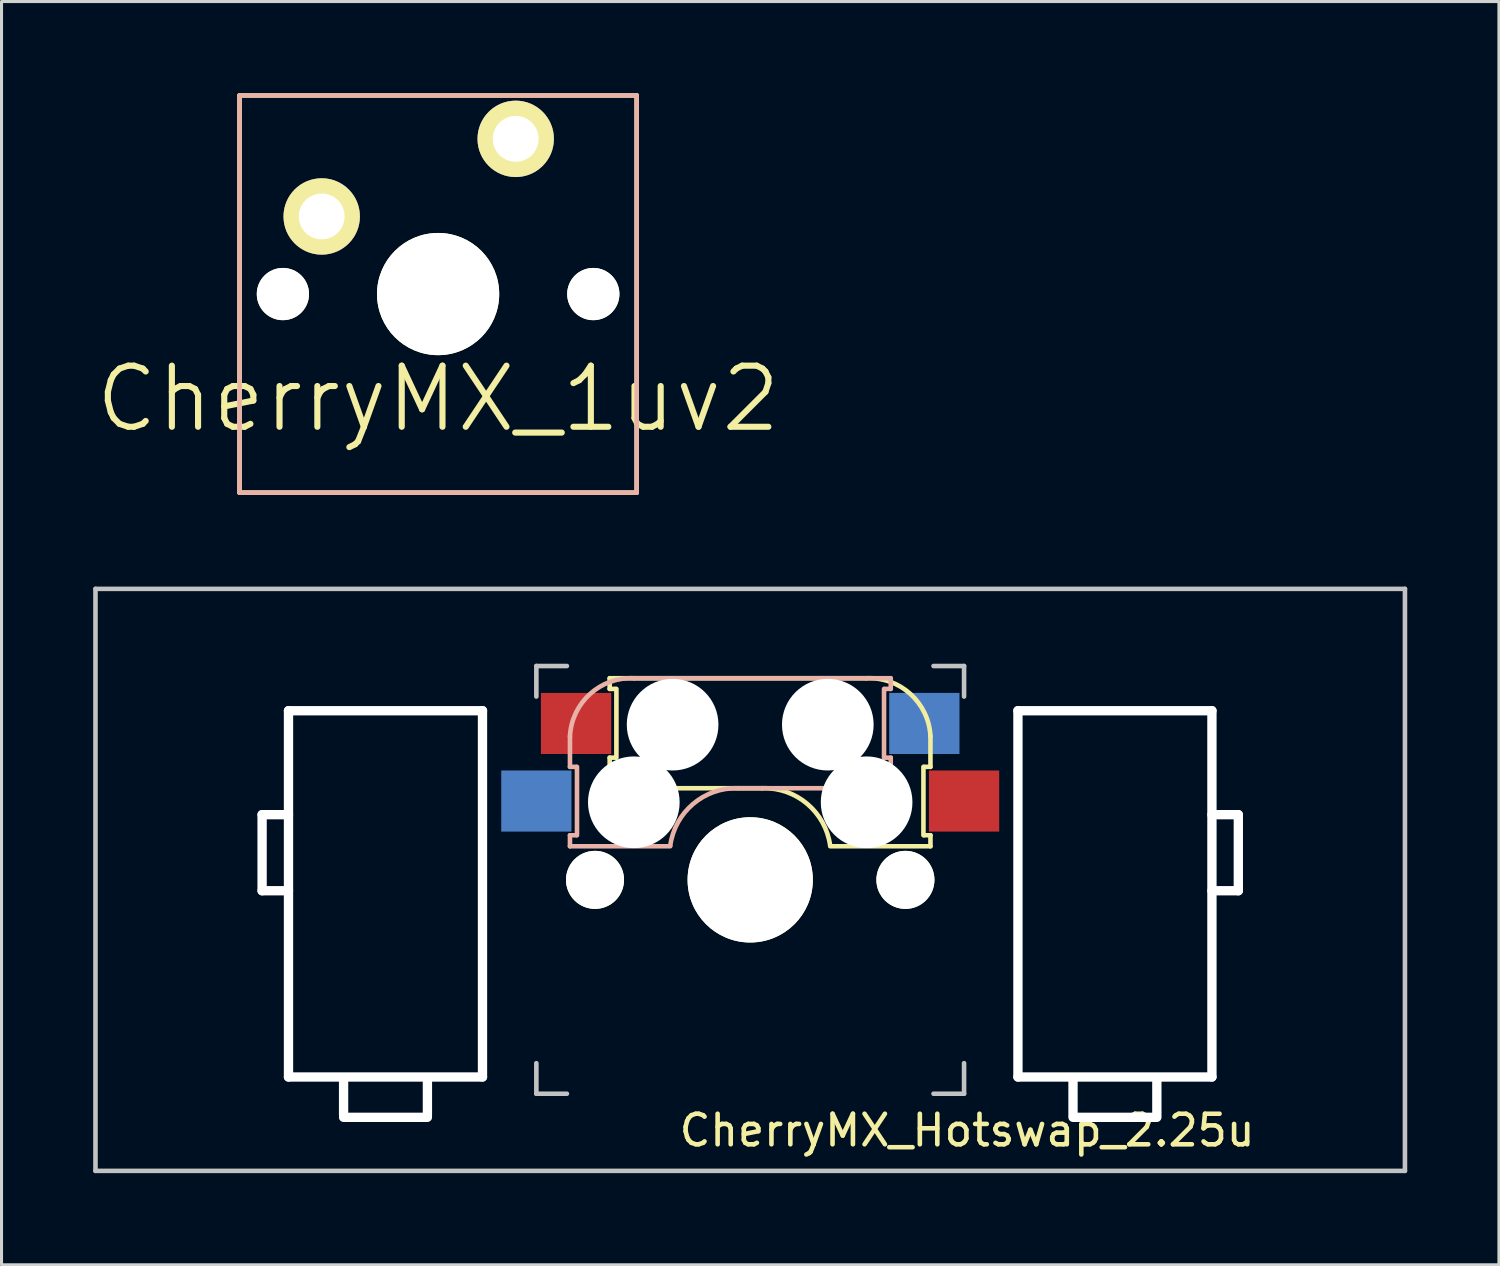
<source format=kicad_pcb>
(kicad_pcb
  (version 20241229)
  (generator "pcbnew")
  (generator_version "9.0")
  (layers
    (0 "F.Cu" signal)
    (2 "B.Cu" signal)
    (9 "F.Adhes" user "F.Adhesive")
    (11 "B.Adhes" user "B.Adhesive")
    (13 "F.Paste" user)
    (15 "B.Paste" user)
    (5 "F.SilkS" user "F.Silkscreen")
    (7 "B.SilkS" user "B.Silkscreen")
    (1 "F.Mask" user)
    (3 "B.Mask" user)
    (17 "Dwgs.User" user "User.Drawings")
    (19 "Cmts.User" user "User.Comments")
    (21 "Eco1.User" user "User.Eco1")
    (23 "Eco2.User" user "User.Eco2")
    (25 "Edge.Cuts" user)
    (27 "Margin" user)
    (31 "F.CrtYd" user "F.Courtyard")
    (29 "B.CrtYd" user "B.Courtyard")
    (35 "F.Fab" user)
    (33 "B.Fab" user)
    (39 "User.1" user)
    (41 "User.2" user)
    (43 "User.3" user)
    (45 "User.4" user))
  (footprint "CherryMX_Hotswap_2.25u"
    (layer "F.Cu")
    (at 21.506 25.75)
    (property "Reference" "CherryMX_Hotswap_2.25u" (at 7.1 8.2 0) (layer "F.SilkS") (effects (font (size 1 1) (thickness 0.15))))
    (attr through_hole)
    (fp_line (start -4.6 -6.6) (end 3.8 -6.6) (stroke (width 0.15) (type solid)) (layer "F.SilkS"))
    (fp_line (start -4.6 -6.25) (end -4.6 -6.6) (stroke (width 0.15) (type solid)) (layer "F.SilkS"))
    (fp_line (start -4.6 -4) (end -4.4 -4) (stroke (width 0.15) (type solid)) (layer "F.SilkS"))
    (fp_line (start -4.6 -3) (end -4.6 -4) (stroke (width 0.15) (type solid)) (layer "F.SilkS"))
    (fp_line (start -4.4 -6.25) (end -4.6 -6.25) (stroke (width 0.15) (type solid)) (layer "F.SilkS"))
    (fp_line (start -4.38 -4) (end -4.38 -6.25) (stroke (width 0.15) (type solid)) (layer "F.SilkS"))
    (fp_line (start 0.4 -3) (end -4.6 -3) (stroke (width 0.15) (type solid)) (layer "F.SilkS"))
    (fp_line (start 5.67 -3.7) (end 5.67 -1.46) (stroke (width 0.15) (type solid)) (layer "F.SilkS"))
    (fp_line (start 5.7 -1.46) (end 5.9 -1.46) (stroke (width 0.15) (type solid)) (layer "F.SilkS"))
    (fp_line (start 5.9 -4.7) (end 5.9 -3.7) (stroke (width 0.15) (type solid)) (layer "F.SilkS"))
    (fp_line (start 5.9 -3.7) (end 5.7 -3.7) (stroke (width 0.15) (type solid)) (layer "F.SilkS"))
    (fp_line (start 5.9 -1.1) (end 2.62 -1.1) (stroke (width 0.15) (type solid)) (layer "F.SilkS"))
    (fp_line (start 5.9 -1.1) (end 5.9 -1.46) (stroke (width 0.15) (type solid)) (layer "F.SilkS"))
    (fp_arc (start 0.4 -3) (mid 1.868709 -2.486118) (end 2.616318 -1.121471) (stroke (width 0.15) (type solid)) (layer "F.SilkS"))
    (fp_arc (start 3.8 -6.600001) (mid 5.243504 -6.084925) (end 5.900001 -4.7) (stroke (width 0.15) (type solid)) (layer "F.SilkS"))
    (fp_line (start -5.9 -4.7) (end -5.9 -3.7) (stroke (width 0.15) (type solid)) (layer "B.SilkS"))
    (fp_line (start -5.9 -3.7) (end -5.7 -3.7) (stroke (width 0.15) (type solid)) (layer "B.SilkS"))
    (fp_line (start -5.9 -1.1) (end -5.9 -1.46) (stroke (width 0.15) (type solid)) (layer "B.SilkS"))
    (fp_line (start -5.9 -1.1) (end -2.62 -1.1) (stroke (width 0.15) (type solid)) (layer "B.SilkS"))
    (fp_line (start -5.7 -1.46) (end -5.9 -1.46) (stroke (width 0.15) (type solid)) (layer "B.SilkS"))
    (fp_line (start -5.67 -3.7) (end -5.67 -1.46) (stroke (width 0.15) (type solid)) (layer "B.SilkS"))
    (fp_line (start -0.4 -3) (end 4.6 -3) (stroke (width 0.15) (type solid)) (layer "B.SilkS"))
    (fp_line (start 4.38 -4) (end 4.38 -6.25) (stroke (width 0.15) (type solid)) (layer "B.SilkS"))
    (fp_line (start 4.4 -6.25) (end 4.6 -6.25) (stroke (width 0.15) (type solid)) (layer "B.SilkS"))
    (fp_line (start 4.6 -6.6) (end -3.8 -6.6) (stroke (width 0.15) (type solid)) (layer "B.SilkS"))
    (fp_line (start 4.6 -6.25) (end 4.6 -6.6) (stroke (width 0.15) (type solid)) (layer "B.SilkS"))
    (fp_line (start 4.6 -4) (end 4.4 -4) (stroke (width 0.15) (type solid)) (layer "B.SilkS"))
    (fp_line (start 4.6 -3) (end 4.6 -4) (stroke (width 0.15) (type solid)) (layer "B.SilkS"))
    (fp_arc (start -5.9 -4.699999) (mid -5.243504 -6.084924) (end -3.800001 -6.6) (stroke (width 0.15) (type solid)) (layer "B.SilkS"))
    (fp_arc (start -2.616318 -1.121471) (mid -1.868709 -2.486118) (end -0.4 -3) (stroke (width 0.15) (type solid)) (layer "B.SilkS"))
    (fp_line (start -21.431 -9.525) (end 21.431 -9.525) (stroke (width 0.15) (type solid)) (layer "Dwgs.User"))
    (fp_line (start -21.431 9.525) (end -21.431 -9.525) (stroke (width 0.15) (type solid)) (layer "Dwgs.User"))
    (fp_line (start -7 -7) (end -6 -7) (stroke (width 0.15) (type solid)) (layer "Dwgs.User"))
    (fp_line (start -7 -6) (end -7 -7) (stroke (width 0.15) (type solid)) (layer "Dwgs.User"))
    (fp_line (start -7 6) (end -7 7) (stroke (width 0.15) (type solid)) (layer "Dwgs.User"))
    (fp_line (start -7 7) (end -6 7) (stroke (width 0.15) (type solid)) (layer "Dwgs.User"))
    (fp_line (start 6 7) (end 7 7) (stroke (width 0.15) (type solid)) (layer "Dwgs.User"))
    (fp_line (start 7 -7) (end 6 -7) (stroke (width 0.15) (type solid)) (layer "Dwgs.User"))
    (fp_line (start 7 -7) (end 7 -6) (stroke (width 0.15) (type solid)) (layer "Dwgs.User"))
    (fp_line (start 7 7) (end 7 6) (stroke (width 0.15) (type solid)) (layer "Dwgs.User"))
    (fp_line (start 21.431 -9.525) (end 21.431 9.525) (stroke (width 0.15) (type solid)) (layer "Dwgs.User"))
    (fp_line (start 21.431 9.525) (end -21.431 9.525) (stroke (width 0.15) (type solid)) (layer "Dwgs.User"))
    (pad "" np_thru_hole oval (at -15.977 -0.889) (size 0.305 2.794) (drill oval 0.305 2.794) (layers "*.Cu" "*.Mask"))
    (pad "" np_thru_hole oval (at -15.545 -2.134) (size 1.168 0.305) (drill oval 1.168 0.305) (layers "*.Cu" "*.Mask"))
    (pad "" np_thru_hole oval (at -15.545 0.356) (size 1.168 0.305) (drill oval 1.168 0.305) (layers "*.Cu" "*.Mask"))
    (pad "" np_thru_hole oval (at -15.113 0.457) (size 0.305 12.294) (drill oval 0.305 12.294) (layers "*.Cu" "*.Mask"))
    (pad "" np_thru_hole oval (at -13.31 7.112) (size 0.305 1.473) (drill oval 0.305 1.473) (layers "*.Cu" "*.Mask"))
    (pad "" np_thru_hole oval (at -11.938 -5.537) (size 6.655 0.305) (drill oval 6.655 0.305) (layers "*.Cu" "*.Mask"))
    (pad "" np_thru_hole oval (at -11.938 6.452) (size 6.655 0.305) (drill oval 6.655 0.305) (layers "*.Cu" "*.Mask"))
    (pad "" np_thru_hole oval (at -11.938 7.772) (size 3.048 0.305) (drill oval 3.048 0.305) (layers "*.Cu" "*.Mask"))
    (pad "" np_thru_hole oval (at -10.566 7.112) (size 0.305 1.473) (drill oval 0.305 1.473) (layers "*.Cu" "*.Mask"))
    (pad "" np_thru_hole oval (at -8.763 0.457) (size 0.305 12.294) (drill oval 0.305 12.294) (layers "*.Cu" "*.Mask"))
    (pad "" np_thru_hole circle (at -5.08 0) (size 1.9 1.9) (drill 1.9) (layers "*.Cu" "*.Mask" "F.SilkS"))
    (pad "" np_thru_hole circle (at -3.81 -2.54 180) (size 3 3) (drill 3) (layers "*.Cu" "*.Mask"))
    (pad "" np_thru_hole circle (at -2.54 -5.08 180) (size 3 3) (drill 3) (layers "*.Cu" "*.Mask"))
    (pad "" np_thru_hole circle (at 0 0 90) (size 4.1 4.1) (drill 4.1) (layers "*.Cu" "*.Mask" "F.SilkS"))
    (pad "" np_thru_hole circle (at 2.54 -5.08 180) (size 3 3) (drill 3) (layers "*.Cu" "*.Mask"))
    (pad "" np_thru_hole circle (at 3.81 -2.54 180) (size 3 3) (drill 3) (layers "*.Cu" "*.Mask"))
    (pad "" np_thru_hole circle (at 5.08 0) (size 1.9 1.9) (drill 1.9) (layers "*.Cu" "*.Mask" "F.SilkS"))
    (pad "" np_thru_hole oval (at 8.763 0.457) (size 0.305 12.294) (drill oval 0.305 12.294) (layers "*.Cu" "*.Mask"))
    (pad "" np_thru_hole oval (at 10.566 7.112) (size 0.305 1.473) (drill oval 0.305 1.473) (layers "*.Cu" "*.Mask"))
    (pad "" np_thru_hole oval (at 11.938 -5.537) (size 6.655 0.305) (drill oval 6.655 0.305) (layers "*.Cu" "*.Mask"))
    (pad "" np_thru_hole oval (at 11.938 6.452) (size 6.655 0.305) (drill oval 6.655 0.305) (layers "*.Cu" "*.Mask"))
    (pad "" np_thru_hole oval (at 11.938 7.772) (size 3.048 0.305) (drill oval 3.048 0.305) (layers "*.Cu" "*.Mask"))
    (pad "" np_thru_hole oval (at 13.31 7.112) (size 0.305 1.473) (drill oval 0.305 1.473) (layers "*.Cu" "*.Mask"))
    (pad "" np_thru_hole oval (at 15.113 0.457) (size 0.305 12.294) (drill oval 0.305 12.294) (layers "*.Cu" "*.Mask"))
    (pad "" np_thru_hole oval (at 15.545 -2.134) (size 1.168 0.305) (drill oval 1.168 0.305) (layers "*.Cu" "*.Mask"))
    (pad "" np_thru_hole oval (at 15.545 0.356) (size 1.168 0.305) (drill oval 1.168 0.305) (layers "*.Cu" "*.Mask"))
    (pad "" np_thru_hole oval (at 15.977 -0.889) (size 0.305 2.794) (drill oval 0.305 2.794) (layers "*.Cu" "*.Mask"))
    (pad "1" smd rect (at -7 -2.58 180) (size 2.3 2) (layers "B.Cu" "B.Mask" "B.Paste"))
    (pad "1" smd rect (at 7 -2.58 180) (size 2.3 2) (layers "F.Cu" "F.Mask" "F.Paste"))
    (pad "2" smd rect (at -5.7 -5.12 180) (size 2.3 2) (layers "F.Cu" "F.Mask" "F.Paste"))
    (pad "2" smd rect (at 5.7 -5.12 180) (size 2.3 2) (layers "B.Cu" "B.Mask" "B.Paste")))
  (footprint "CherryMX_1uv2"
    (layer "F.Cu")
    (at 11.29 6.575)
    (property "Reference" "CherryMX_1uv2" (at 0 3.429 0) (layer "F.SilkS") (effects (font (size 2 2) (thickness 0.2))))
    (attr through_hole)
    (fp_line (start -6.5 -6.5) (end 6.5 -6.5) (stroke (width 0.15) (type solid)) (layer "F.SilkS"))
    (fp_line (start -6.5 6.5) (end -6.5 -6.5) (stroke (width 0.15) (type solid)) (layer "F.SilkS"))
    (fp_line (start 6.5 -6.5) (end 6.5 6.5) (stroke (width 0.15) (type solid)) (layer "F.SilkS"))
    (fp_line (start 6.5 6.5) (end -6.5 6.5) (stroke (width 0.15) (type solid)) (layer "F.SilkS"))
    (fp_line (start -6.5 6.5) (end -6.5 -6.5) (stroke (width 0.15) (type solid)) (layer "B.SilkS"))
    (fp_line (start 6.5 -6.5) (end -6.5 -6.5) (stroke (width 0.15) (type solid)) (layer "B.SilkS"))
    (fp_line (start 6.5 -6.5) (end 6.5 6.5) (stroke (width 0.15) (type solid)) (layer "B.SilkS"))
    (fp_line (start 6.5 6.5) (end -6.5 6.5) (stroke (width 0.15) (type solid)) (layer "B.SilkS"))
    (pad "" np_thru_hole circle (at -5.08 0) (size 1.71 1.71) (drill 1.71) (layers "*.Cu" "*.Mask" "F.SilkS"))
    (pad "" np_thru_hole circle (at 0 0) (size 4 4) (drill 4) (layers "*.Cu" "*.Mask" "F.SilkS"))
    (pad "" np_thru_hole circle (at 5.08 0) (size 1.71 1.71) (drill 1.71) (layers "*.Cu" "*.Mask" "F.SilkS"))
    (pad "1" thru_hole circle (at -3.81 -2.54) (size 2.5 2.5) (drill 1.5) (layers "*.Cu" "*.Mask" "F.SilkS"))
    (pad "2" thru_hole circle (at 2.54 -5.08) (size 2.5 2.5) (drill 1.5) (layers "*.Cu" "*.Mask" "F.SilkS")))
  (gr_rect
    (start -3 -3)
    (end 46.013 38.35)
    (stroke (width 0.1) (type default))
    (fill no)
    (layer "Edge.Cuts")))
</source>
